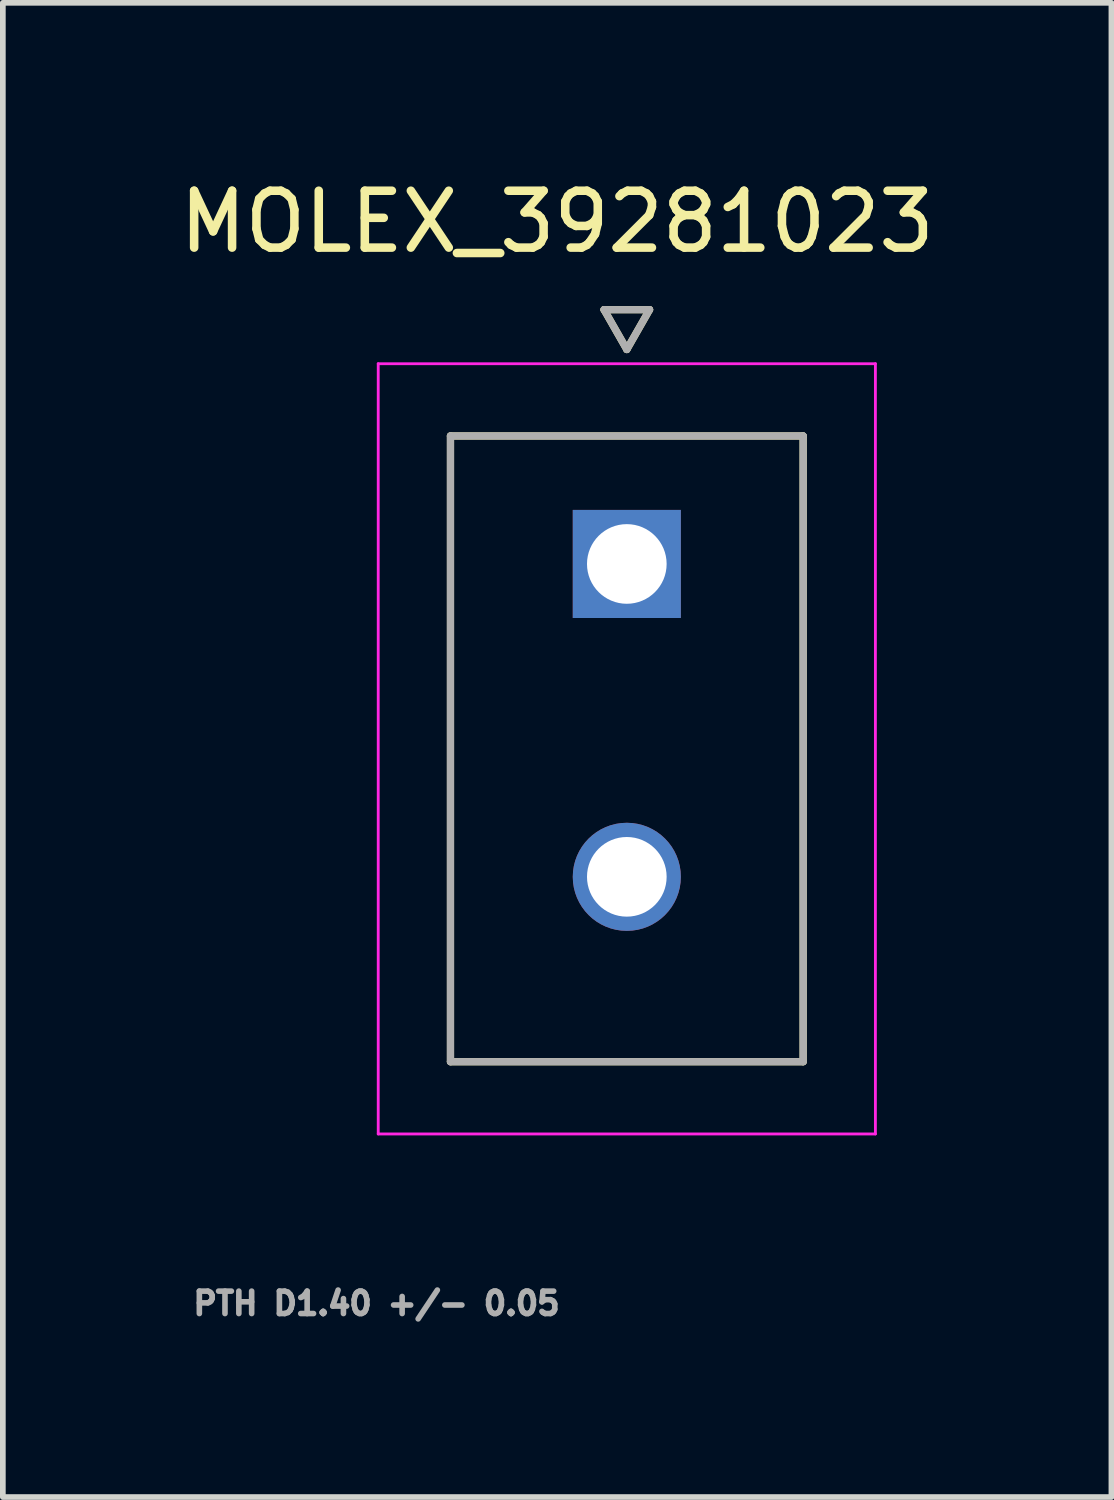
<source format=kicad_pcb>
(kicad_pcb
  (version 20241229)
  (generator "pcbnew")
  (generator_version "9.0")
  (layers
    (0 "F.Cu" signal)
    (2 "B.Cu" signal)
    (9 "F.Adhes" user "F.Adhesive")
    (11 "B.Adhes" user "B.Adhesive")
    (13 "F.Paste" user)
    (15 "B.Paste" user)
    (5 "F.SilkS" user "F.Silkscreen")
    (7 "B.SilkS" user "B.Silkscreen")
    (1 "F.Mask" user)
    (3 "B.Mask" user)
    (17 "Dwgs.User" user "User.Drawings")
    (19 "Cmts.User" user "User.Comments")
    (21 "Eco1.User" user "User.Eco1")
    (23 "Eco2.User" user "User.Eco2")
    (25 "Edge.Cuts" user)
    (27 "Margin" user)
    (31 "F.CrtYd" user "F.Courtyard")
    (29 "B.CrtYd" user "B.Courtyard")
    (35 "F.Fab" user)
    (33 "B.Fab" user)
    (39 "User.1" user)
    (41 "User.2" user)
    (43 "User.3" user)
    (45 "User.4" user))
  (footprint "MOLEX_39281023"
    (layer "F.Cu")
    (at 7.969 6.864)
    (property "Reference" "MOLEX_39281023" (at -1.225 -6.016 0) (layer "F.SilkS") (effects (font (size 1 1) (thickness 0.15))))
    (attr through_hole)
    (fp_circle (center 0 5.5) (end 0.513 5.5) (stroke (width 1.026) (type solid)) (fill no) (layer "F.Mask"))
    (fp_poly (pts (xy -1.026 -1.026) (xy 1.026 -1.026) (xy 1.026 1.026) (xy -1.026 1.026)) (stroke (width 0.01) (type solid)) (fill yes) (layer "F.Mask"))
    (fp_circle (center 0 5.5) (end 0.513 5.5) (stroke (width 1.026) (type solid)) (fill no) (layer "B.Mask"))
    (fp_poly (pts (xy -1.026 -1.026) (xy 1.026 -1.026) (xy 1.026 1.026) (xy -1.026 1.026)) (stroke (width 0.01) (type solid)) (fill yes) (layer "B.Mask"))
    (fp_line (start -3.1 -2.25) (end 3.1 -2.25) (stroke (width 0.127) (type solid)) (layer "F.SilkS"))
    (fp_line (start -3.1 8.75) (end -3.1 -2.25) (stroke (width 0.127) (type solid)) (layer "F.SilkS"))
    (fp_line (start -0.4 -4.47) (end 0 -3.77) (stroke (width 0.127) (type solid)) (layer "F.SilkS"))
    (fp_line (start 0 -3.77) (end 0.4 -4.47) (stroke (width 0.127) (type solid)) (layer "F.SilkS"))
    (fp_line (start 0.4 -4.47) (end -0.4 -4.47) (stroke (width 0.127) (type solid)) (layer "F.SilkS"))
    (fp_line (start 3.1 -2.25) (end 3.1 8.75) (stroke (width 0.127) (type solid)) (layer "F.SilkS"))
    (fp_line (start 3.1 8.75) (end -3.1 8.75) (stroke (width 0.127) (type solid)) (layer "F.SilkS"))
    (fp_line (start -4.37 -3.52) (end 4.37 -3.52) (stroke (width 0.05) (type solid)) (layer "F.CrtYd"))
    (fp_line (start -4.37 10.02) (end -4.37 -3.52) (stroke (width 0.05) (type solid)) (layer "F.CrtYd"))
    (fp_line (start 4.37 -3.52) (end 4.37 10.02) (stroke (width 0.05) (type solid)) (layer "F.CrtYd"))
    (fp_line (start 4.37 10.02) (end -4.37 10.02) (stroke (width 0.05) (type solid)) (layer "F.CrtYd"))
    (fp_line (start -3.1 -2.25) (end 3.1 -2.25) (stroke (width 0.127) (type solid)) (layer "F.Fab"))
    (fp_line (start -3.1 8.75) (end -3.1 -2.25) (stroke (width 0.127) (type solid)) (layer "F.Fab"))
    (fp_line (start -0.4 -4.47) (end 0 -3.77) (stroke (width 0.127) (type solid)) (layer "F.Fab"))
    (fp_line (start 0 -3.77) (end 0.4 -4.47) (stroke (width 0.127) (type solid)) (layer "F.Fab"))
    (fp_line (start 0.4 -4.47) (end -0.4 -4.47) (stroke (width 0.127) (type solid)) (layer "F.Fab"))
    (fp_line (start 3.1 -2.25) (end 3.1 8.75) (stroke (width 0.127) (type solid)) (layer "F.Fab"))
    (fp_line (start 3.1 8.75) (end -3.1 8.75) (stroke (width 0.127) (type solid)) (layer "F.Fab"))
    (fp_text user "PTH D1.40 +/- 0.05" (at -4.4 13 0) (layer "F.Fab") (effects (font (size 0.394 0.394) (thickness 0.15))))
    (pad "1" thru_hole rect (at 0 0) (size 1.9 1.9) (drill 1.4) (layers "*.Cu"))
    (pad "2" thru_hole circle (at 0 5.5) (size 1.9 1.9) (drill 1.4) (layers "*.Cu")))
  (gr_rect
    (start -3 -3)
    (end 16.488 23.267)
    (stroke (width 0.1) (type default))
    (fill no)
    (layer "Edge.Cuts")))
</source>
